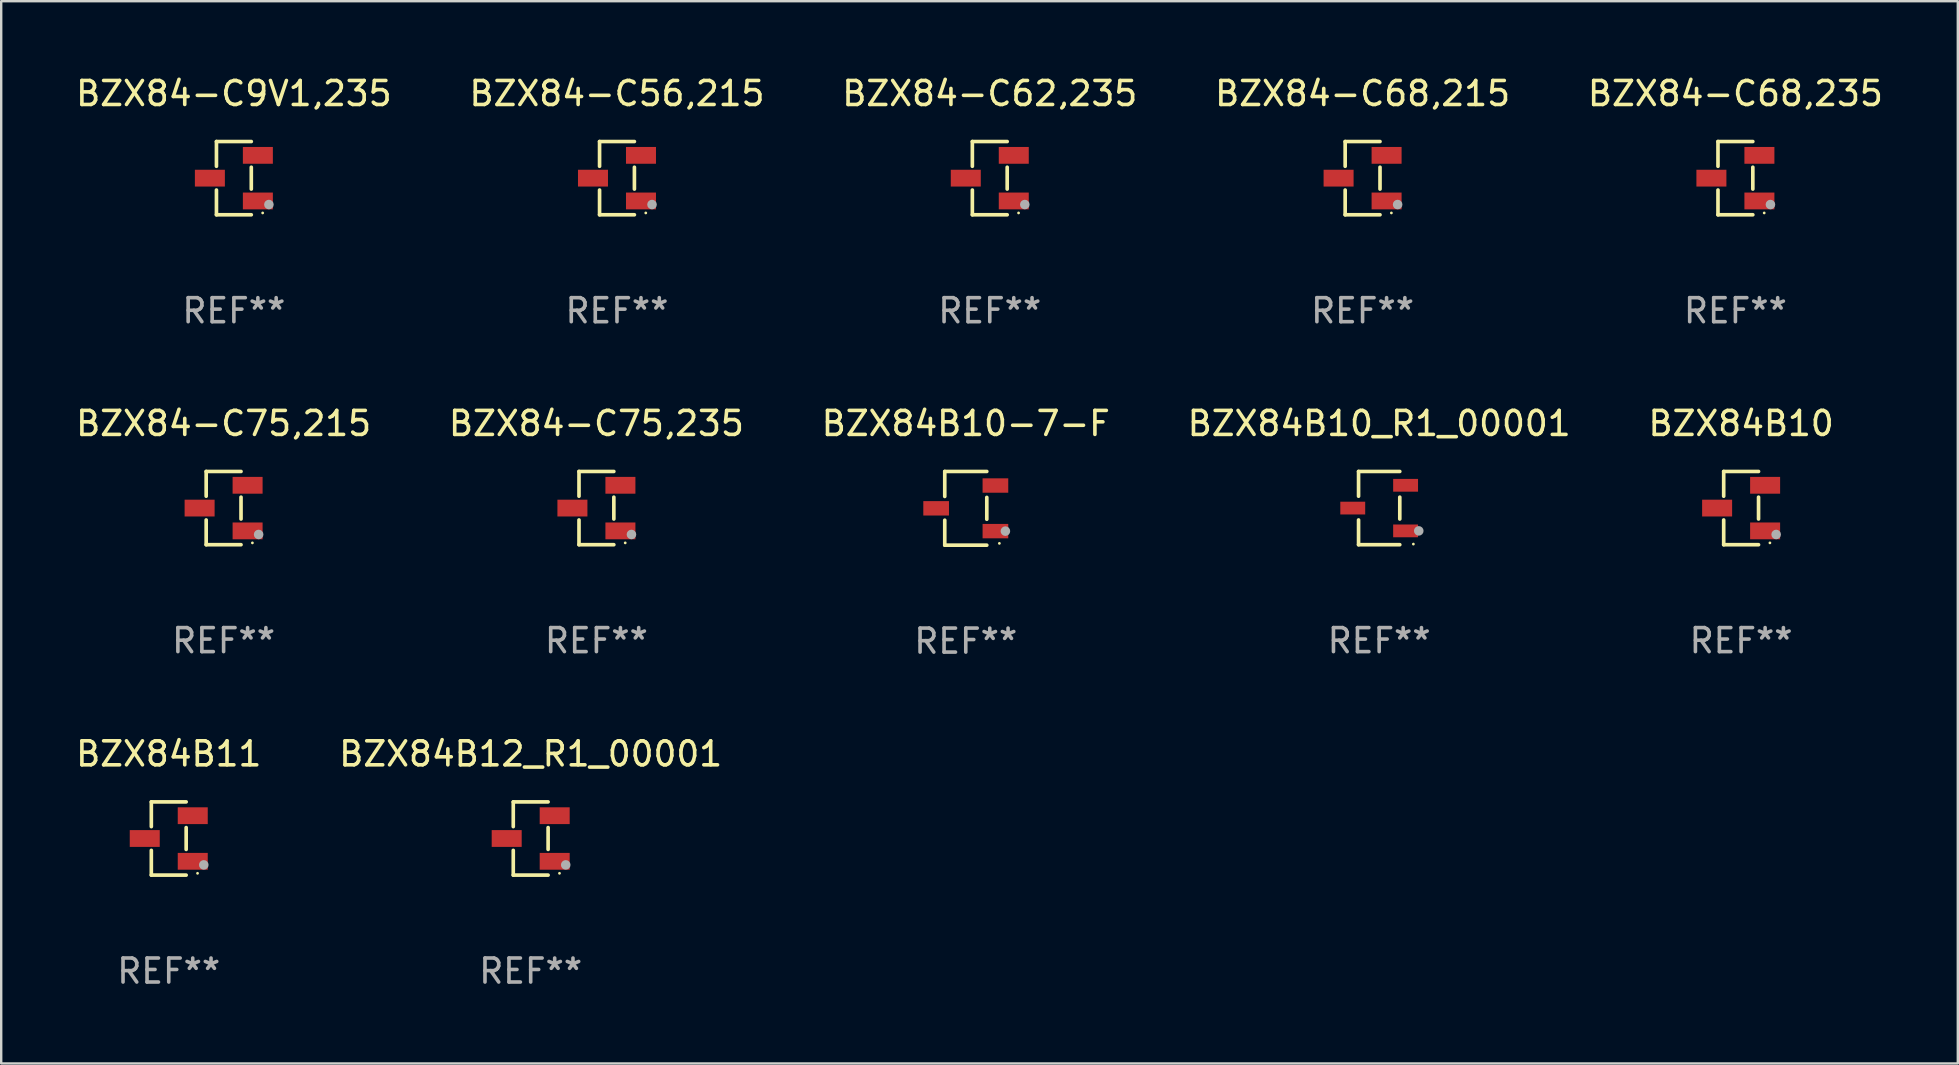
<source format=kicad_pcb>
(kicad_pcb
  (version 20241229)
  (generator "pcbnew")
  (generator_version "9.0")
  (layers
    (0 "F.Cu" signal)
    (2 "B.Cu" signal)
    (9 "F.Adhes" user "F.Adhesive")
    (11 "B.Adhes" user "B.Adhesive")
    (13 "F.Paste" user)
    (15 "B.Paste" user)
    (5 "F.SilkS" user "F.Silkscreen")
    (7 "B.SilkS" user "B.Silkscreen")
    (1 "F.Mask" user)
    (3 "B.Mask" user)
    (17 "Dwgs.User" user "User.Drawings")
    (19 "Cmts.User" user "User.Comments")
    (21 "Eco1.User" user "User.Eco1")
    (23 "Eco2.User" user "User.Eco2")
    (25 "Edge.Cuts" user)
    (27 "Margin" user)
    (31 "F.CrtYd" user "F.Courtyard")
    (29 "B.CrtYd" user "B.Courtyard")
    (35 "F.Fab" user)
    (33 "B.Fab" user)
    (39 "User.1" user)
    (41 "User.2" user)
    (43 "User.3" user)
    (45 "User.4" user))
  (footprint "BZX84-C68,215"
    (layer "F.Cu")
    (at 53.732 4.374)
    (property "Reference" "BZX84-C68,215" (at 0 -3.526 0) (layer "F.SilkS") (effects (font (size 1 1) (thickness 0.15))))
    (attr through_hole)
    (fp_line (start -0.726 -1.526) (end -0.726 -0.495) (stroke (width 0.152) (type solid)) (layer "F.SilkS"))
    (fp_line (start -0.726 1.526) (end -0.726 0.495) (stroke (width 0.152) (type solid)) (layer "F.SilkS"))
    (fp_line (start 0.726 -1.526) (end -0.726 -1.526) (stroke (width 0.152) (type solid)) (layer "F.SilkS"))
    (fp_line (start 0.726 -0.455) (end 0.726 0.455) (stroke (width 0.152) (type solid)) (layer "F.SilkS"))
    (fp_line (start 0.726 1.526) (end -0.726 1.526) (stroke (width 0.152) (type solid)) (layer "F.SilkS"))
    (fp_circle (center 1.2 1.45) (end 1.23 1.45) (stroke (width 0.06) (type solid)) (fill no) (layer "F.SilkS"))
    (fp_circle (center 1.46 1.1) (end 1.56 1.1) (stroke (width 0.2) (type solid)) (fill no) (layer "F.Fab"))
    (fp_text user "REF**" (at 0 5.526 0) (layer "F.Fab") (effects (font (size 1 1) (thickness 0.15))))
    (pad "1" smd rect (at 1 0.95) (size 1.25 0.7) (layers "F.Cu" "F.Mask" "F.Paste"))
    (pad "2" smd rect (at 1 -0.95) (size 1.25 0.7) (layers "F.Cu" "F.Mask" "F.Paste"))
    (pad "3" smd rect (at -1 0) (size 1.25 0.7) (layers "F.Cu" "F.Mask" "F.Paste")))
  (footprint "BZX84-C56,215"
    (layer "F.Cu")
    (at 22.661 4.374)
    (property "Reference" "BZX84-C56,215" (at 0 -3.526 0) (layer "F.SilkS") (effects (font (size 1 1) (thickness 0.15))))
    (attr through_hole)
    (fp_line (start -0.726 -1.526) (end -0.726 -0.495) (stroke (width 0.152) (type solid)) (layer "F.SilkS"))
    (fp_line (start -0.726 1.526) (end -0.726 0.495) (stroke (width 0.152) (type solid)) (layer "F.SilkS"))
    (fp_line (start 0.726 -1.526) (end -0.726 -1.526) (stroke (width 0.152) (type solid)) (layer "F.SilkS"))
    (fp_line (start 0.726 -0.455) (end 0.726 0.455) (stroke (width 0.152) (type solid)) (layer "F.SilkS"))
    (fp_line (start 0.726 1.526) (end -0.726 1.526) (stroke (width 0.152) (type solid)) (layer "F.SilkS"))
    (fp_circle (center 1.2 1.45) (end 1.23 1.45) (stroke (width 0.06) (type solid)) (fill no) (layer "F.SilkS"))
    (fp_circle (center 1.46 1.1) (end 1.56 1.1) (stroke (width 0.2) (type solid)) (fill no) (layer "F.Fab"))
    (fp_text user "REF**" (at 0 5.526 0) (layer "F.Fab") (effects (font (size 1 1) (thickness 0.15))))
    (pad "1" smd rect (at 1 0.95) (size 1.25 0.7) (layers "F.Cu" "F.Mask" "F.Paste"))
    (pad "2" smd rect (at 1 -0.95) (size 1.25 0.7) (layers "F.Cu" "F.Mask" "F.Paste"))
    (pad "3" smd rect (at -1 0) (size 1.25 0.7) (layers "F.Cu" "F.Mask" "F.Paste")))
  (footprint "BZX84-C68,235"
    (layer "F.Cu")
    (at 69.268 4.374)
    (property "Reference" "BZX84-C68,235" (at 0 -3.526 0) (layer "F.SilkS") (effects (font (size 1 1) (thickness 0.15))))
    (attr through_hole)
    (fp_line (start -0.726 -1.526) (end -0.726 -0.495) (stroke (width 0.152) (type solid)) (layer "F.SilkS"))
    (fp_line (start -0.726 1.526) (end -0.726 0.495) (stroke (width 0.152) (type solid)) (layer "F.SilkS"))
    (fp_line (start 0.726 -1.526) (end -0.726 -1.526) (stroke (width 0.152) (type solid)) (layer "F.SilkS"))
    (fp_line (start 0.726 -0.455) (end 0.726 0.455) (stroke (width 0.152) (type solid)) (layer "F.SilkS"))
    (fp_line (start 0.726 1.526) (end -0.726 1.526) (stroke (width 0.152) (type solid)) (layer "F.SilkS"))
    (fp_circle (center 1.2 1.45) (end 1.23 1.45) (stroke (width 0.06) (type solid)) (fill no) (layer "F.SilkS"))
    (fp_circle (center 1.46 1.1) (end 1.56 1.1) (stroke (width 0.2) (type solid)) (fill no) (layer "F.Fab"))
    (fp_text user "REF**" (at 0 5.526 0) (layer "F.Fab") (effects (font (size 1 1) (thickness 0.15))))
    (pad "1" smd rect (at 1 0.95) (size 1.25 0.7) (layers "F.Cu" "F.Mask" "F.Paste"))
    (pad "2" smd rect (at 1 -0.95) (size 1.25 0.7) (layers "F.Cu" "F.Mask" "F.Paste"))
    (pad "3" smd rect (at -1 0) (size 1.25 0.7) (layers "F.Cu" "F.Mask" "F.Paste")))
  (footprint "BZX84B10-7-F"
    (layer "F.Cu")
    (at 37.196 18.133)
    (property "Reference" "BZX84B10-7-F" (at 0 -3.536 0) (layer "F.SilkS") (effects (font (size 1 1) (thickness 0.15))))
    (attr through_hole)
    (fp_line (start -0.876 -1.536) (end -0.876 -0.495) (stroke (width 0.152) (type solid)) (layer "F.SilkS"))
    (fp_line (start -0.876 1.536) (end -0.876 0.495) (stroke (width 0.152) (type solid)) (layer "F.SilkS"))
    (fp_line (start 0.876 -1.536) (end -0.876 -1.536) (stroke (width 0.152) (type solid)) (layer "F.SilkS"))
    (fp_line (start 0.876 -0.455) (end 0.876 0.455) (stroke (width 0.152) (type solid)) (layer "F.SilkS"))
    (fp_line (start 0.876 1.536) (end -0.876 1.536) (stroke (width 0.152) (type solid)) (layer "F.SilkS"))
    (fp_circle (center 1.4 1.46) (end 1.43 1.46) (stroke (width 0.06) (type solid)) (fill no) (layer "F.SilkS"))
    (fp_circle (center 1.651 0.95) (end 1.751 0.95) (stroke (width 0.2) (type solid)) (fill no) (layer "F.Fab"))
    (fp_text user "REF**" (at 0 5.536 0) (layer "F.Fab") (effects (font (size 1 1) (thickness 0.15))))
    (pad "1" smd rect (at 1.235 0.95) (size 1.07 0.6) (layers "F.Cu" "F.Mask" "F.Paste"))
    (pad "2" smd rect (at 1.235 -0.95) (size 1.07 0.6) (layers "F.Cu" "F.Mask" "F.Paste"))
    (pad "3" smd rect (at -1.235 0) (size 1.07 0.6) (layers "F.Cu" "F.Mask" "F.Paste")))
  (footprint "BZX84-C75,235"
    (layer "F.Cu")
    (at 21.804 18.123)
    (property "Reference" "BZX84-C75,235" (at 0 -3.526 0) (layer "F.SilkS") (effects (font (size 1 1) (thickness 0.15))))
    (attr through_hole)
    (fp_line (start -0.726 -1.526) (end -0.726 -0.495) (stroke (width 0.152) (type solid)) (layer "F.SilkS"))
    (fp_line (start -0.726 1.526) (end -0.726 0.495) (stroke (width 0.152) (type solid)) (layer "F.SilkS"))
    (fp_line (start 0.726 -1.526) (end -0.726 -1.526) (stroke (width 0.152) (type solid)) (layer "F.SilkS"))
    (fp_line (start 0.726 -0.455) (end 0.726 0.455) (stroke (width 0.152) (type solid)) (layer "F.SilkS"))
    (fp_line (start 0.726 1.526) (end -0.726 1.526) (stroke (width 0.152) (type solid)) (layer "F.SilkS"))
    (fp_circle (center 1.2 1.45) (end 1.23 1.45) (stroke (width 0.06) (type solid)) (fill no) (layer "F.SilkS"))
    (fp_circle (center 1.46 1.1) (end 1.56 1.1) (stroke (width 0.2) (type solid)) (fill no) (layer "F.Fab"))
    (fp_text user "REF**" (at 0 5.526 0) (layer "F.Fab") (effects (font (size 1 1) (thickness 0.15))))
    (pad "1" smd rect (at 1 0.95) (size 1.25 0.7) (layers "F.Cu" "F.Mask" "F.Paste"))
    (pad "2" smd rect (at 1 -0.95) (size 1.25 0.7) (layers "F.Cu" "F.Mask" "F.Paste"))
    (pad "3" smd rect (at -1 0) (size 1.25 0.7) (layers "F.Cu" "F.Mask" "F.Paste")))
  (footprint "BZX84B11"
    (layer "F.Cu")
    (at 3.982 31.892)
    (property "Reference" "BZX84B11" (at 0 -3.526 0) (layer "F.SilkS") (effects (font (size 1 1) (thickness 0.15))))
    (attr through_hole)
    (fp_line (start -0.726 -1.526) (end -0.726 -0.495) (stroke (width 0.152) (type solid)) (layer "F.SilkS"))
    (fp_line (start -0.726 1.526) (end -0.726 0.495) (stroke (width 0.152) (type solid)) (layer "F.SilkS"))
    (fp_line (start 0.726 -1.526) (end -0.726 -1.526) (stroke (width 0.152) (type solid)) (layer "F.SilkS"))
    (fp_line (start 0.726 -0.455) (end 0.726 0.455) (stroke (width 0.152) (type solid)) (layer "F.SilkS"))
    (fp_line (start 0.726 1.526) (end -0.726 1.526) (stroke (width 0.152) (type solid)) (layer "F.SilkS"))
    (fp_circle (center 1.2 1.45) (end 1.23 1.45) (stroke (width 0.06) (type solid)) (fill no) (layer "F.SilkS"))
    (fp_circle (center 1.46 1.1) (end 1.56 1.1) (stroke (width 0.2) (type solid)) (fill no) (layer "F.Fab"))
    (fp_text user "REF**" (at 0 5.526 0) (layer "F.Fab") (effects (font (size 1 1) (thickness 0.15))))
    (pad "1" smd rect (at 1 0.95) (size 1.25 0.7) (layers "F.Cu" "F.Mask" "F.Paste"))
    (pad "2" smd rect (at 1 -0.95) (size 1.25 0.7) (layers "F.Cu" "F.Mask" "F.Paste"))
    (pad "3" smd rect (at -1 0) (size 1.25 0.7) (layers "F.Cu" "F.Mask" "F.Paste")))
  (footprint "BZX84-C62,235"
    (layer "F.Cu")
    (at 38.196 4.374)
    (property "Reference" "BZX84-C62,235" (at 0 -3.526 0) (layer "F.SilkS") (effects (font (size 1 1) (thickness 0.15))))
    (attr through_hole)
    (fp_line (start -0.726 -1.526) (end -0.726 -0.495) (stroke (width 0.152) (type solid)) (layer "F.SilkS"))
    (fp_line (start -0.726 1.526) (end -0.726 0.495) (stroke (width 0.152) (type solid)) (layer "F.SilkS"))
    (fp_line (start 0.726 -1.526) (end -0.726 -1.526) (stroke (width 0.152) (type solid)) (layer "F.SilkS"))
    (fp_line (start 0.726 -0.455) (end 0.726 0.455) (stroke (width 0.152) (type solid)) (layer "F.SilkS"))
    (fp_line (start 0.726 1.526) (end -0.726 1.526) (stroke (width 0.152) (type solid)) (layer "F.SilkS"))
    (fp_circle (center 1.2 1.45) (end 1.23 1.45) (stroke (width 0.06) (type solid)) (fill no) (layer "F.SilkS"))
    (fp_circle (center 1.46 1.1) (end 1.56 1.1) (stroke (width 0.2) (type solid)) (fill no) (layer "F.Fab"))
    (fp_text user "REF**" (at 0 5.526 0) (layer "F.Fab") (effects (font (size 1 1) (thickness 0.15))))
    (pad "1" smd rect (at 1 0.95) (size 1.25 0.7) (layers "F.Cu" "F.Mask" "F.Paste"))
    (pad "2" smd rect (at 1 -0.95) (size 1.25 0.7) (layers "F.Cu" "F.Mask" "F.Paste"))
    (pad "3" smd rect (at -1 0) (size 1.25 0.7) (layers "F.Cu" "F.Mask" "F.Paste")))
  (footprint "BZX84B10_R1_00001"
    (layer "F.Cu")
    (at 54.423 18.123)
    (property "Reference" "BZX84B10_R1_00001" (at 0 -3.526 0) (layer "F.SilkS") (effects (font (size 1 1) (thickness 0.15))))
    (attr through_hole)
    (fp_line (start -0.859 -1.526) (end -0.859 -0.495) (stroke (width 0.152) (type solid)) (layer "F.SilkS"))
    (fp_line (start -0.859 1.526) (end -0.859 0.495) (stroke (width 0.152) (type solid)) (layer "F.SilkS"))
    (fp_line (start 0.859 -1.526) (end -0.859 -1.526) (stroke (width 0.152) (type solid)) (layer "F.SilkS"))
    (fp_line (start 0.859 -0.455) (end 0.859 0.455) (stroke (width 0.152) (type solid)) (layer "F.SilkS"))
    (fp_line (start 0.859 1.526) (end -0.859 1.526) (stroke (width 0.152) (type solid)) (layer "F.SilkS"))
    (fp_circle (center 1.425 1.5) (end 1.455 1.5) (stroke (width 0.06) (type solid)) (fill no) (layer "F.SilkS"))
    (fp_circle (center 1.65 0.95) (end 1.75 0.95) (stroke (width 0.2) (type solid)) (fill no) (layer "F.Fab"))
    (fp_text user "REF**" (at 0 5.526 0) (layer "F.Fab") (effects (font (size 1 1) (thickness 0.15))))
    (pad "1" smd rect (at 1.101 0.95) (size 1.037 0.532) (layers "F.Cu" "F.Mask" "F.Paste"))
    (pad "2" smd rect (at 1.101 -0.95) (size 1.037 0.532) (layers "F.Cu" "F.Mask" "F.Paste"))
    (pad "3" smd rect (at -1.101 0) (size 1.037 0.532) (layers "F.Cu" "F.Mask" "F.Paste")))
  (footprint "BZX84B12_R1_00001"
    (layer "F.Cu")
    (at 19.065 31.892)
    (property "Reference" "BZX84B12_R1_00001" (at 0 -3.526 0) (layer "F.SilkS") (effects (font (size 1 1) (thickness 0.15))))
    (attr through_hole)
    (fp_line (start -0.726 -1.526) (end -0.726 -0.495) (stroke (width 0.152) (type solid)) (layer "F.SilkS"))
    (fp_line (start -0.726 1.526) (end -0.726 0.495) (stroke (width 0.152) (type solid)) (layer "F.SilkS"))
    (fp_line (start 0.726 -1.526) (end -0.726 -1.526) (stroke (width 0.152) (type solid)) (layer "F.SilkS"))
    (fp_line (start 0.726 -0.455) (end 0.726 0.455) (stroke (width 0.152) (type solid)) (layer "F.SilkS"))
    (fp_line (start 0.726 1.526) (end -0.726 1.526) (stroke (width 0.152) (type solid)) (layer "F.SilkS"))
    (fp_circle (center 1.2 1.45) (end 1.23 1.45) (stroke (width 0.06) (type solid)) (fill no) (layer "F.SilkS"))
    (fp_circle (center 1.46 1.1) (end 1.56 1.1) (stroke (width 0.2) (type solid)) (fill no) (layer "F.Fab"))
    (fp_text user "REF**" (at 0 5.526 0) (layer "F.Fab") (effects (font (size 1 1) (thickness 0.15))))
    (pad "1" smd rect (at 1 0.95) (size 1.25 0.7) (layers "F.Cu" "F.Mask" "F.Paste"))
    (pad "2" smd rect (at 1 -0.95) (size 1.25 0.7) (layers "F.Cu" "F.Mask" "F.Paste"))
    (pad "3" smd rect (at -1 0) (size 1.25 0.7) (layers "F.Cu" "F.Mask" "F.Paste")))
  (footprint "BZX84B10"
    (layer "F.Cu")
    (at 69.506 18.123)
    (property "Reference" "BZX84B10" (at 0 -3.526 0) (layer "F.SilkS") (effects (font (size 1 1) (thickness 0.15))))
    (attr through_hole)
    (fp_line (start -0.726 -1.526) (end -0.726 -0.495) (stroke (width 0.152) (type solid)) (layer "F.SilkS"))
    (fp_line (start -0.726 1.526) (end -0.726 0.495) (stroke (width 0.152) (type solid)) (layer "F.SilkS"))
    (fp_line (start 0.726 -1.526) (end -0.726 -1.526) (stroke (width 0.152) (type solid)) (layer "F.SilkS"))
    (fp_line (start 0.726 -0.455) (end 0.726 0.455) (stroke (width 0.152) (type solid)) (layer "F.SilkS"))
    (fp_line (start 0.726 1.526) (end -0.726 1.526) (stroke (width 0.152) (type solid)) (layer "F.SilkS"))
    (fp_circle (center 1.2 1.45) (end 1.23 1.45) (stroke (width 0.06) (type solid)) (fill no) (layer "F.SilkS"))
    (fp_circle (center 1.46 1.1) (end 1.56 1.1) (stroke (width 0.2) (type solid)) (fill no) (layer "F.Fab"))
    (fp_text user "REF**" (at 0 5.526 0) (layer "F.Fab") (effects (font (size 1 1) (thickness 0.15))))
    (pad "1" smd rect (at 1 0.95) (size 1.25 0.7) (layers "F.Cu" "F.Mask" "F.Paste"))
    (pad "2" smd rect (at 1 -0.95) (size 1.25 0.7) (layers "F.Cu" "F.Mask" "F.Paste"))
    (pad "3" smd rect (at -1 0) (size 1.25 0.7) (layers "F.Cu" "F.Mask" "F.Paste")))
  (footprint "BZX84-C9V1,235"
    (layer "F.Cu")
    (at 6.696 4.374)
    (property "Reference" "BZX84-C9V1,235" (at 0 -3.526 0) (layer "F.SilkS") (effects (font (size 1 1) (thickness 0.15))))
    (attr through_hole)
    (fp_line (start -0.726 -1.526) (end -0.726 -0.495) (stroke (width 0.152) (type solid)) (layer "F.SilkS"))
    (fp_line (start -0.726 1.526) (end -0.726 0.495) (stroke (width 0.152) (type solid)) (layer "F.SilkS"))
    (fp_line (start 0.726 -1.526) (end -0.726 -1.526) (stroke (width 0.152) (type solid)) (layer "F.SilkS"))
    (fp_line (start 0.726 -0.455) (end 0.726 0.455) (stroke (width 0.152) (type solid)) (layer "F.SilkS"))
    (fp_line (start 0.726 1.526) (end -0.726 1.526) (stroke (width 0.152) (type solid)) (layer "F.SilkS"))
    (fp_circle (center 1.2 1.45) (end 1.23 1.45) (stroke (width 0.06) (type solid)) (fill no) (layer "F.SilkS"))
    (fp_circle (center 1.46 1.1) (end 1.56 1.1) (stroke (width 0.2) (type solid)) (fill no) (layer "F.Fab"))
    (fp_text user "REF**" (at 0 5.526 0) (layer "F.Fab") (effects (font (size 1 1) (thickness 0.15))))
    (pad "1" smd rect (at 1 0.95) (size 1.25 0.7) (layers "F.Cu" "F.Mask" "F.Paste"))
    (pad "2" smd rect (at 1 -0.95) (size 1.25 0.7) (layers "F.Cu" "F.Mask" "F.Paste"))
    (pad "3" smd rect (at -1 0) (size 1.25 0.7) (layers "F.Cu" "F.Mask" "F.Paste")))
  (footprint "BZX84-C75,215"
    (layer "F.Cu")
    (at 6.268 18.123)
    (property "Reference" "BZX84-C75,215" (at 0 -3.526 0) (layer "F.SilkS") (effects (font (size 1 1) (thickness 0.15))))
    (attr through_hole)
    (fp_line (start -0.726 -1.526) (end -0.726 -0.495) (stroke (width 0.152) (type solid)) (layer "F.SilkS"))
    (fp_line (start -0.726 1.526) (end -0.726 0.495) (stroke (width 0.152) (type solid)) (layer "F.SilkS"))
    (fp_line (start 0.726 -1.526) (end -0.726 -1.526) (stroke (width 0.152) (type solid)) (layer "F.SilkS"))
    (fp_line (start 0.726 -0.455) (end 0.726 0.455) (stroke (width 0.152) (type solid)) (layer "F.SilkS"))
    (fp_line (start 0.726 1.526) (end -0.726 1.526) (stroke (width 0.152) (type solid)) (layer "F.SilkS"))
    (fp_circle (center 1.2 1.45) (end 1.23 1.45) (stroke (width 0.06) (type solid)) (fill no) (layer "F.SilkS"))
    (fp_circle (center 1.46 1.1) (end 1.56 1.1) (stroke (width 0.2) (type solid)) (fill no) (layer "F.Fab"))
    (fp_text user "REF**" (at 0 5.526 0) (layer "F.Fab") (effects (font (size 1 1) (thickness 0.15))))
    (pad "1" smd rect (at 1 0.95) (size 1.25 0.7) (layers "F.Cu" "F.Mask" "F.Paste"))
    (pad "2" smd rect (at 1 -0.95) (size 1.25 0.7) (layers "F.Cu" "F.Mask" "F.Paste"))
    (pad "3" smd rect (at -1 0) (size 1.25 0.7) (layers "F.Cu" "F.Mask" "F.Paste")))
  (gr_rect
    (start -3 -3)
    (end 78.536 41.267)
    (stroke (width 0.1) (type default))
    (fill no)
    (layer "Edge.Cuts")))
</source>
